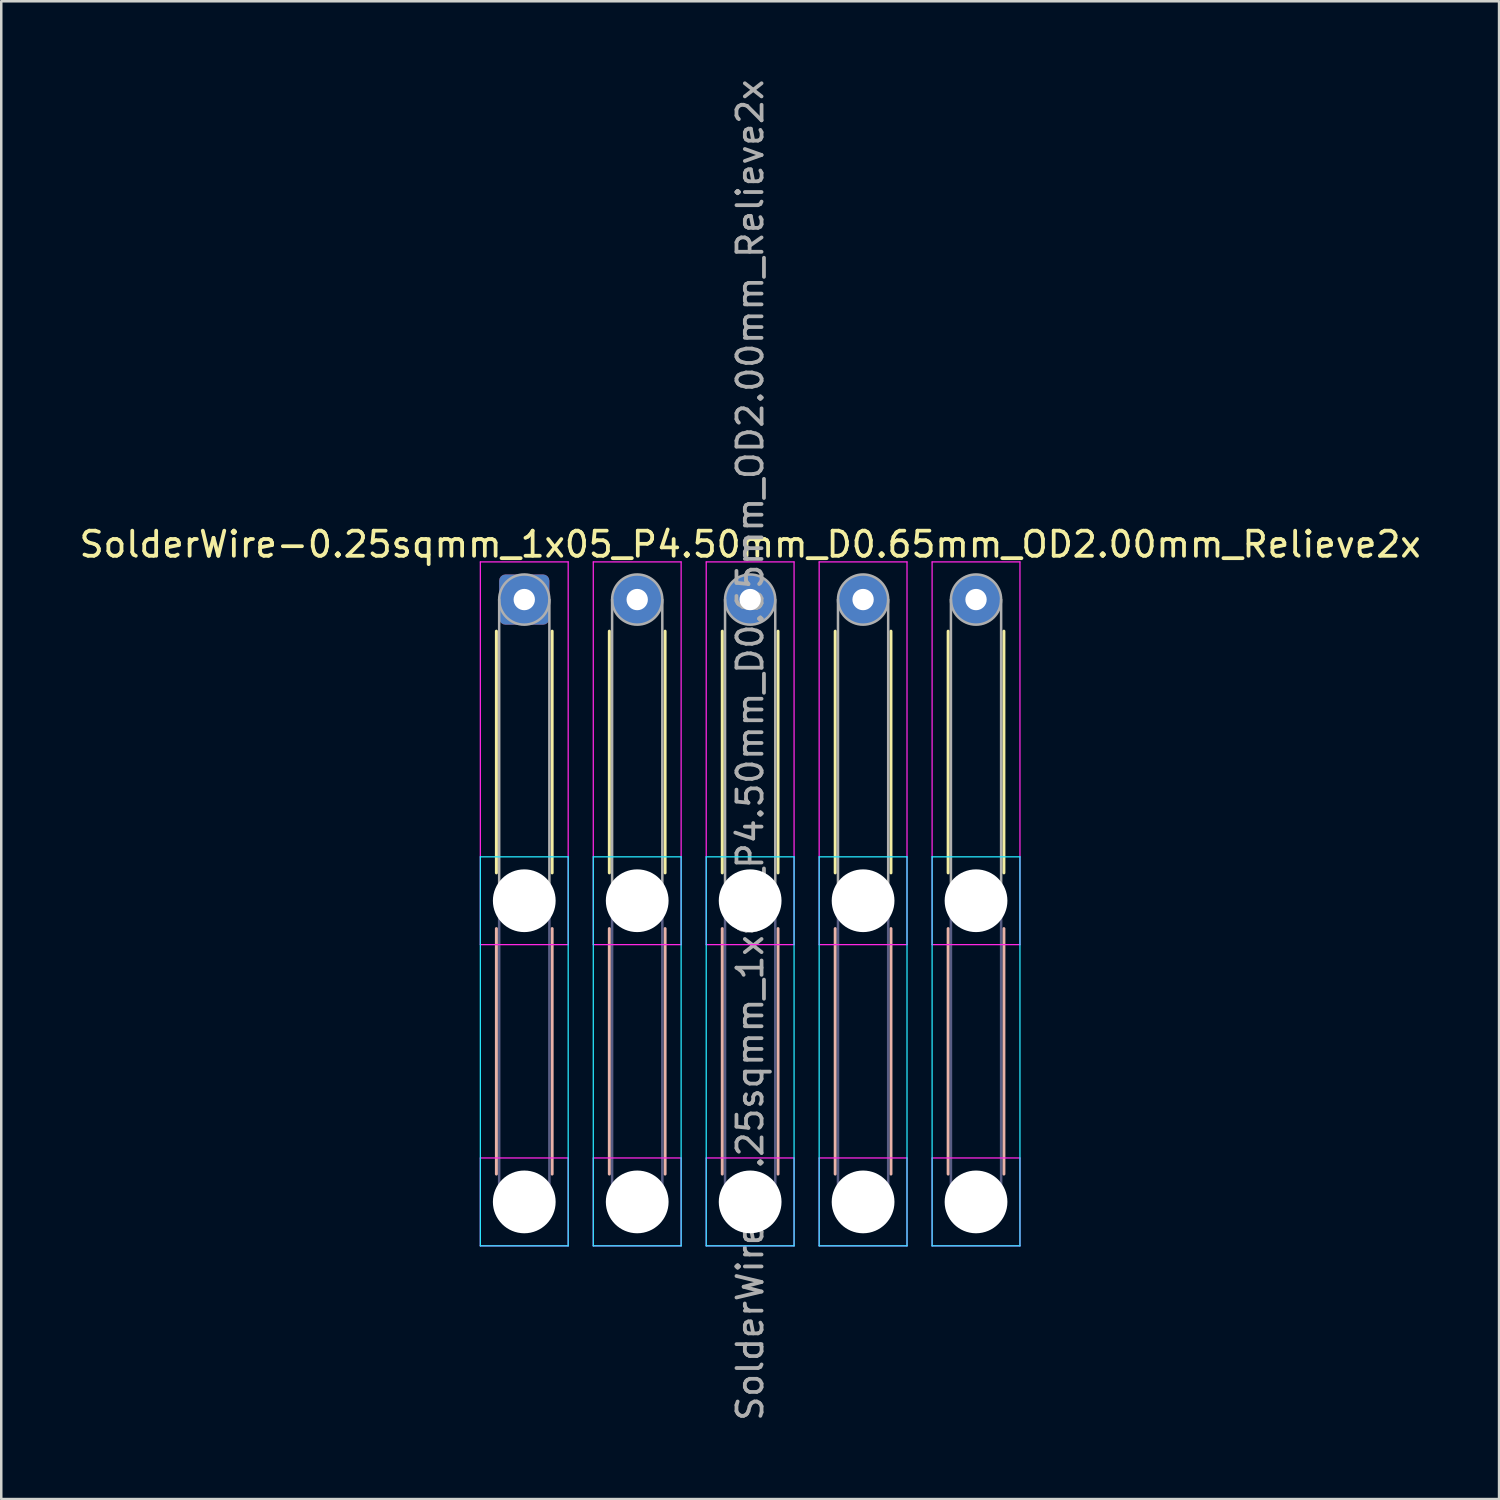
<source format=kicad_pcb>
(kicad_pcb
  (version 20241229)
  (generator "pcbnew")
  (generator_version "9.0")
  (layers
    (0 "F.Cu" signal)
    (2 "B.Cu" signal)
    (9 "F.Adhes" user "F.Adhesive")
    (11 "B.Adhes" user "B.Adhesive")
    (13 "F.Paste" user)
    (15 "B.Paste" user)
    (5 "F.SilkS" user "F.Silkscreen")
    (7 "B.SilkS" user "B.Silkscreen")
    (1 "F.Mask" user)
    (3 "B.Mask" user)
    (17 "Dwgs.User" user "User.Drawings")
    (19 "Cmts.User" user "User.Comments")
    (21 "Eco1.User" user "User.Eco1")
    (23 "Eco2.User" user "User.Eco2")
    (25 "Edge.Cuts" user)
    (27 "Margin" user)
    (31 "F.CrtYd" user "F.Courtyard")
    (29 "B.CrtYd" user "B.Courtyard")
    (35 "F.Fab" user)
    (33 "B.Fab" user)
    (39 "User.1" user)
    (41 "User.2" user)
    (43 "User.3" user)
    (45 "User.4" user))
  (footprint "SolderWire-0.25sqmm_1x05_P4.50mm_D0.65mm_OD2.00mm_Relieve2x"
    (layer "F.Cu")
    (at 17.839 20.839)
    (property "Reference" "SolderWire-0.25sqmm_1x05_P4.50mm_D0.65mm_OD2.00mm_Relieve2x" (at 9 -2.2 0) (layer "F.SilkS") (effects (font (size 1 1) (thickness 0.15))))
    (attr exclude_from_pos_files exclude_from_bom)
    (fp_line (start -1.11 1.26) (end -1.11 10.89) (stroke (width 0.12) (type solid)) (layer "F.SilkS"))
    (fp_line (start 1.11 1.26) (end 1.11 10.89) (stroke (width 0.12) (type solid)) (layer "F.SilkS"))
    (fp_line (start 3.39 1.26) (end 3.39 10.89) (stroke (width 0.12) (type solid)) (layer "F.SilkS"))
    (fp_line (start 5.61 1.26) (end 5.61 10.89) (stroke (width 0.12) (type solid)) (layer "F.SilkS"))
    (fp_line (start 7.89 1.26) (end 7.89 10.89) (stroke (width 0.12) (type solid)) (layer "F.SilkS"))
    (fp_line (start 10.11 1.26) (end 10.11 10.89) (stroke (width 0.12) (type solid)) (layer "F.SilkS"))
    (fp_line (start 12.39 1.26) (end 12.39 10.89) (stroke (width 0.12) (type solid)) (layer "F.SilkS"))
    (fp_line (start 14.61 1.26) (end 14.61 10.89) (stroke (width 0.12) (type solid)) (layer "F.SilkS"))
    (fp_line (start 16.89 1.26) (end 16.89 10.89) (stroke (width 0.12) (type solid)) (layer "F.SilkS"))
    (fp_line (start 19.11 1.26) (end 19.11 10.89) (stroke (width 0.12) (type solid)) (layer "F.SilkS"))
    (fp_line (start -1.11 13.11) (end -1.11 22.89) (stroke (width 0.12) (type solid)) (layer "B.SilkS"))
    (fp_line (start 1.11 13.11) (end 1.11 22.89) (stroke (width 0.12) (type solid)) (layer "B.SilkS"))
    (fp_line (start 3.39 13.11) (end 3.39 22.89) (stroke (width 0.12) (type solid)) (layer "B.SilkS"))
    (fp_line (start 5.61 13.11) (end 5.61 22.89) (stroke (width 0.12) (type solid)) (layer "B.SilkS"))
    (fp_line (start 7.89 13.11) (end 7.89 22.89) (stroke (width 0.12) (type solid)) (layer "B.SilkS"))
    (fp_line (start 10.11 13.11) (end 10.11 22.89) (stroke (width 0.12) (type solid)) (layer "B.SilkS"))
    (fp_line (start 12.39 13.11) (end 12.39 22.89) (stroke (width 0.12) (type solid)) (layer "B.SilkS"))
    (fp_line (start 14.61 13.11) (end 14.61 22.89) (stroke (width 0.12) (type solid)) (layer "B.SilkS"))
    (fp_line (start 16.89 13.11) (end 16.89 22.89) (stroke (width 0.12) (type solid)) (layer "B.SilkS"))
    (fp_line (start 19.11 13.11) (end 19.11 22.89) (stroke (width 0.12) (type solid)) (layer "B.SilkS"))
    (fp_line (start -1.75 10.25) (end -1.75 25.75) (stroke (width 0.05) (type solid)) (layer "B.CrtYd"))
    (fp_line (start -1.75 25.75) (end 1.75 25.75) (stroke (width 0.05) (type solid)) (layer "B.CrtYd"))
    (fp_line (start 1.75 10.25) (end -1.75 10.25) (stroke (width 0.05) (type solid)) (layer "B.CrtYd"))
    (fp_line (start 1.75 25.75) (end 1.75 10.25) (stroke (width 0.05) (type solid)) (layer "B.CrtYd"))
    (fp_line (start 2.75 10.25) (end 2.75 25.75) (stroke (width 0.05) (type solid)) (layer "B.CrtYd"))
    (fp_line (start 2.75 25.75) (end 6.25 25.75) (stroke (width 0.05) (type solid)) (layer "B.CrtYd"))
    (fp_line (start 6.25 10.25) (end 2.75 10.25) (stroke (width 0.05) (type solid)) (layer "B.CrtYd"))
    (fp_line (start 6.25 25.75) (end 6.25 10.25) (stroke (width 0.05) (type solid)) (layer "B.CrtYd"))
    (fp_line (start 7.25 10.25) (end 7.25 25.75) (stroke (width 0.05) (type solid)) (layer "B.CrtYd"))
    (fp_line (start 7.25 25.75) (end 10.75 25.75) (stroke (width 0.05) (type solid)) (layer "B.CrtYd"))
    (fp_line (start 10.75 10.25) (end 7.25 10.25) (stroke (width 0.05) (type solid)) (layer "B.CrtYd"))
    (fp_line (start 10.75 25.75) (end 10.75 10.25) (stroke (width 0.05) (type solid)) (layer "B.CrtYd"))
    (fp_line (start 11.75 10.25) (end 11.75 25.75) (stroke (width 0.05) (type solid)) (layer "B.CrtYd"))
    (fp_line (start 11.75 25.75) (end 15.25 25.75) (stroke (width 0.05) (type solid)) (layer "B.CrtYd"))
    (fp_line (start 15.25 10.25) (end 11.75 10.25) (stroke (width 0.05) (type solid)) (layer "B.CrtYd"))
    (fp_line (start 15.25 25.75) (end 15.25 10.25) (stroke (width 0.05) (type solid)) (layer "B.CrtYd"))
    (fp_line (start 16.25 10.25) (end 16.25 25.75) (stroke (width 0.05) (type solid)) (layer "B.CrtYd"))
    (fp_line (start 16.25 25.75) (end 19.75 25.75) (stroke (width 0.05) (type solid)) (layer "B.CrtYd"))
    (fp_line (start 19.75 10.25) (end 16.25 10.25) (stroke (width 0.05) (type solid)) (layer "B.CrtYd"))
    (fp_line (start 19.75 25.75) (end 19.75 10.25) (stroke (width 0.05) (type solid)) (layer "B.CrtYd"))
    (fp_line (start -1.75 -1.5) (end -1.75 13.75) (stroke (width 0.05) (type solid)) (layer "F.CrtYd"))
    (fp_line (start -1.75 13.75) (end 1.75 13.75) (stroke (width 0.05) (type solid)) (layer "F.CrtYd"))
    (fp_line (start -1.75 22.25) (end -1.75 25.75) (stroke (width 0.05) (type solid)) (layer "F.CrtYd"))
    (fp_line (start -1.75 25.75) (end 1.75 25.75) (stroke (width 0.05) (type solid)) (layer "F.CrtYd"))
    (fp_line (start 1.75 -1.5) (end -1.75 -1.5) (stroke (width 0.05) (type solid)) (layer "F.CrtYd"))
    (fp_line (start 1.75 13.75) (end 1.75 -1.5) (stroke (width 0.05) (type solid)) (layer "F.CrtYd"))
    (fp_line (start 1.75 22.25) (end -1.75 22.25) (stroke (width 0.05) (type solid)) (layer "F.CrtYd"))
    (fp_line (start 1.75 25.75) (end 1.75 22.25) (stroke (width 0.05) (type solid)) (layer "F.CrtYd"))
    (fp_line (start 2.75 -1.5) (end 2.75 13.75) (stroke (width 0.05) (type solid)) (layer "F.CrtYd"))
    (fp_line (start 2.75 13.75) (end 6.25 13.75) (stroke (width 0.05) (type solid)) (layer "F.CrtYd"))
    (fp_line (start 2.75 22.25) (end 2.75 25.75) (stroke (width 0.05) (type solid)) (layer "F.CrtYd"))
    (fp_line (start 2.75 25.75) (end 6.25 25.75) (stroke (width 0.05) (type solid)) (layer "F.CrtYd"))
    (fp_line (start 6.25 -1.5) (end 2.75 -1.5) (stroke (width 0.05) (type solid)) (layer "F.CrtYd"))
    (fp_line (start 6.25 13.75) (end 6.25 -1.5) (stroke (width 0.05) (type solid)) (layer "F.CrtYd"))
    (fp_line (start 6.25 22.25) (end 2.75 22.25) (stroke (width 0.05) (type solid)) (layer "F.CrtYd"))
    (fp_line (start 6.25 25.75) (end 6.25 22.25) (stroke (width 0.05) (type solid)) (layer "F.CrtYd"))
    (fp_line (start 7.25 -1.5) (end 7.25 13.75) (stroke (width 0.05) (type solid)) (layer "F.CrtYd"))
    (fp_line (start 7.25 13.75) (end 10.75 13.75) (stroke (width 0.05) (type solid)) (layer "F.CrtYd"))
    (fp_line (start 7.25 22.25) (end 7.25 25.75) (stroke (width 0.05) (type solid)) (layer "F.CrtYd"))
    (fp_line (start 7.25 25.75) (end 10.75 25.75) (stroke (width 0.05) (type solid)) (layer "F.CrtYd"))
    (fp_line (start 10.75 -1.5) (end 7.25 -1.5) (stroke (width 0.05) (type solid)) (layer "F.CrtYd"))
    (fp_line (start 10.75 13.75) (end 10.75 -1.5) (stroke (width 0.05) (type solid)) (layer "F.CrtYd"))
    (fp_line (start 10.75 22.25) (end 7.25 22.25) (stroke (width 0.05) (type solid)) (layer "F.CrtYd"))
    (fp_line (start 10.75 25.75) (end 10.75 22.25) (stroke (width 0.05) (type solid)) (layer "F.CrtYd"))
    (fp_line (start 11.75 -1.5) (end 11.75 13.75) (stroke (width 0.05) (type solid)) (layer "F.CrtYd"))
    (fp_line (start 11.75 13.75) (end 15.25 13.75) (stroke (width 0.05) (type solid)) (layer "F.CrtYd"))
    (fp_line (start 11.75 22.25) (end 11.75 25.75) (stroke (width 0.05) (type solid)) (layer "F.CrtYd"))
    (fp_line (start 11.75 25.75) (end 15.25 25.75) (stroke (width 0.05) (type solid)) (layer "F.CrtYd"))
    (fp_line (start 15.25 -1.5) (end 11.75 -1.5) (stroke (width 0.05) (type solid)) (layer "F.CrtYd"))
    (fp_line (start 15.25 13.75) (end 15.25 -1.5) (stroke (width 0.05) (type solid)) (layer "F.CrtYd"))
    (fp_line (start 15.25 22.25) (end 11.75 22.25) (stroke (width 0.05) (type solid)) (layer "F.CrtYd"))
    (fp_line (start 15.25 25.75) (end 15.25 22.25) (stroke (width 0.05) (type solid)) (layer "F.CrtYd"))
    (fp_line (start 16.25 -1.5) (end 16.25 13.75) (stroke (width 0.05) (type solid)) (layer "F.CrtYd"))
    (fp_line (start 16.25 13.75) (end 19.75 13.75) (stroke (width 0.05) (type solid)) (layer "F.CrtYd"))
    (fp_line (start 16.25 22.25) (end 16.25 25.75) (stroke (width 0.05) (type solid)) (layer "F.CrtYd"))
    (fp_line (start 16.25 25.75) (end 19.75 25.75) (stroke (width 0.05) (type solid)) (layer "F.CrtYd"))
    (fp_line (start 19.75 -1.5) (end 16.25 -1.5) (stroke (width 0.05) (type solid)) (layer "F.CrtYd"))
    (fp_line (start 19.75 13.75) (end 19.75 -1.5) (stroke (width 0.05) (type solid)) (layer "F.CrtYd"))
    (fp_line (start 19.75 22.25) (end 16.25 22.25) (stroke (width 0.05) (type solid)) (layer "F.CrtYd"))
    (fp_line (start 19.75 25.75) (end 19.75 22.25) (stroke (width 0.05) (type solid)) (layer "F.CrtYd"))
    (fp_line (start -1 12) (end -1 24) (stroke (width 0.1) (type solid)) (layer "B.Fab"))
    (fp_line (start 1 12) (end 1 24) (stroke (width 0.1) (type solid)) (layer "B.Fab"))
    (fp_line (start 3.5 12) (end 3.5 24) (stroke (width 0.1) (type solid)) (layer "B.Fab"))
    (fp_line (start 5.5 12) (end 5.5 24) (stroke (width 0.1) (type solid)) (layer "B.Fab"))
    (fp_line (start 8 12) (end 8 24) (stroke (width 0.1) (type solid)) (layer "B.Fab"))
    (fp_line (start 10 12) (end 10 24) (stroke (width 0.1) (type solid)) (layer "B.Fab"))
    (fp_line (start 12.5 12) (end 12.5 24) (stroke (width 0.1) (type solid)) (layer "B.Fab"))
    (fp_line (start 14.5 12) (end 14.5 24) (stroke (width 0.1) (type solid)) (layer "B.Fab"))
    (fp_line (start 17 12) (end 17 24) (stroke (width 0.1) (type solid)) (layer "B.Fab"))
    (fp_line (start 19 12) (end 19 24) (stroke (width 0.1) (type solid)) (layer "B.Fab"))
    (fp_circle (center 0 12) (end 1 12) (stroke (width 0.1) (type solid)) (fill no) (layer "B.Fab"))
    (fp_circle (center 0 24) (end 1 24) (stroke (width 0.1) (type solid)) (fill no) (layer "B.Fab"))
    (fp_circle (center 4.5 12) (end 5.5 12) (stroke (width 0.1) (type solid)) (fill no) (layer "B.Fab"))
    (fp_circle (center 4.5 24) (end 5.5 24) (stroke (width 0.1) (type solid)) (fill no) (layer "B.Fab"))
    (fp_circle (center 9 12) (end 10 12) (stroke (width 0.1) (type solid)) (fill no) (layer "B.Fab"))
    (fp_circle (center 9 24) (end 10 24) (stroke (width 0.1) (type solid)) (fill no) (layer "B.Fab"))
    (fp_circle (center 13.5 12) (end 14.5 12) (stroke (width 0.1) (type solid)) (fill no) (layer "B.Fab"))
    (fp_circle (center 13.5 24) (end 14.5 24) (stroke (width 0.1) (type solid)) (fill no) (layer "B.Fab"))
    (fp_circle (center 18 12) (end 19 12) (stroke (width 0.1) (type solid)) (fill no) (layer "B.Fab"))
    (fp_circle (center 18 24) (end 19 24) (stroke (width 0.1) (type solid)) (fill no) (layer "B.Fab"))
    (fp_line (start -1 0) (end -1 12) (stroke (width 0.1) (type solid)) (layer "F.Fab"))
    (fp_line (start 1 0) (end 1 12) (stroke (width 0.1) (type solid)) (layer "F.Fab"))
    (fp_line (start 3.5 0) (end 3.5 12) (stroke (width 0.1) (type solid)) (layer "F.Fab"))
    (fp_line (start 5.5 0) (end 5.5 12) (stroke (width 0.1) (type solid)) (layer "F.Fab"))
    (fp_line (start 8 0) (end 8 12) (stroke (width 0.1) (type solid)) (layer "F.Fab"))
    (fp_line (start 10 0) (end 10 12) (stroke (width 0.1) (type solid)) (layer "F.Fab"))
    (fp_line (start 12.5 0) (end 12.5 12) (stroke (width 0.1) (type solid)) (layer "F.Fab"))
    (fp_line (start 14.5 0) (end 14.5 12) (stroke (width 0.1) (type solid)) (layer "F.Fab"))
    (fp_line (start 17 0) (end 17 12) (stroke (width 0.1) (type solid)) (layer "F.Fab"))
    (fp_line (start 19 0) (end 19 12) (stroke (width 0.1) (type solid)) (layer "F.Fab"))
    (fp_circle (center 0 0) (end 1 0) (stroke (width 0.1) (type solid)) (fill no) (layer "F.Fab"))
    (fp_circle (center 0 12) (end 1 12) (stroke (width 0.1) (type solid)) (fill no) (layer "F.Fab"))
    (fp_circle (center 0 24) (end 1 24) (stroke (width 0.1) (type solid)) (fill no) (layer "F.Fab"))
    (fp_circle (center 4.5 0) (end 5.5 0) (stroke (width 0.1) (type solid)) (fill no) (layer "F.Fab"))
    (fp_circle (center 4.5 12) (end 5.5 12) (stroke (width 0.1) (type solid)) (fill no) (layer "F.Fab"))
    (fp_circle (center 4.5 24) (end 5.5 24) (stroke (width 0.1) (type solid)) (fill no) (layer "F.Fab"))
    (fp_circle (center 9 0) (end 10 0) (stroke (width 0.1) (type solid)) (fill no) (layer "F.Fab"))
    (fp_circle (center 9 12) (end 10 12) (stroke (width 0.1) (type solid)) (fill no) (layer "F.Fab"))
    (fp_circle (center 9 24) (end 10 24) (stroke (width 0.1) (type solid)) (fill no) (layer "F.Fab"))
    (fp_circle (center 13.5 0) (end 14.5 0) (stroke (width 0.1) (type solid)) (fill no) (layer "F.Fab"))
    (fp_circle (center 13.5 12) (end 14.5 12) (stroke (width 0.1) (type solid)) (fill no) (layer "F.Fab"))
    (fp_circle (center 13.5 24) (end 14.5 24) (stroke (width 0.1) (type solid)) (fill no) (layer "F.Fab"))
    (fp_circle (center 18 0) (end 19 0) (stroke (width 0.1) (type solid)) (fill no) (layer "F.Fab"))
    (fp_circle (center 18 12) (end 19 12) (stroke (width 0.1) (type solid)) (fill no) (layer "F.Fab"))
    (fp_circle (center 18 24) (end 19 24) (stroke (width 0.1) (type solid)) (fill no) (layer "F.Fab"))
    (fp_text user "${REFERENCE}" (at 9 6 90) (layer "F.Fab") (effects (font (size 1 1) (thickness 0.15))))
    (pad "" np_thru_hole circle (at 0 12) (size 2.5 2.5) (drill 2.5) (layers "*.Cu" "*.Mask"))
    (pad "" np_thru_hole circle (at 0 24) (size 2.5 2.5) (drill 2.5) (layers "*.Cu" "*.Mask"))
    (pad "" np_thru_hole circle (at 4.5 12) (size 2.5 2.5) (drill 2.5) (layers "*.Cu" "*.Mask"))
    (pad "" np_thru_hole circle (at 4.5 24) (size 2.5 2.5) (drill 2.5) (layers "*.Cu" "*.Mask"))
    (pad "" np_thru_hole circle (at 9 12) (size 2.5 2.5) (drill 2.5) (layers "*.Cu" "*.Mask"))
    (pad "" np_thru_hole circle (at 9 24) (size 2.5 2.5) (drill 2.5) (layers "*.Cu" "*.Mask"))
    (pad "" np_thru_hole circle (at 13.5 12) (size 2.5 2.5) (drill 2.5) (layers "*.Cu" "*.Mask"))
    (pad "" np_thru_hole circle (at 13.5 24) (size 2.5 2.5) (drill 2.5) (layers "*.Cu" "*.Mask"))
    (pad "" np_thru_hole circle (at 18 12) (size 2.5 2.5) (drill 2.5) (layers "*.Cu" "*.Mask"))
    (pad "" np_thru_hole circle (at 18 24) (size 2.5 2.5) (drill 2.5) (layers "*.Cu" "*.Mask"))
    (pad "1" thru_hole roundrect (at 0 0) (size 2 2) (drill 0.85) (layers "*.Cu" "*.Mask") (roundrect_rratio 0.125))
    (pad "2" thru_hole circle (at 4.5 0) (size 2 2) (drill 0.85) (layers "*.Cu" "*.Mask"))
    (pad "3" thru_hole circle (at 9 0) (size 2 2) (drill 0.85) (layers "*.Cu" "*.Mask"))
    (pad "4" thru_hole circle (at 13.5 0) (size 2 2) (drill 0.85) (layers "*.Cu" "*.Mask"))
    (pad "5" thru_hole circle (at 18 0) (size 2 2) (drill 0.85) (layers "*.Cu" "*.Mask")))
  (gr_rect
    (start -3 -3)
    (end 56.679 56.679)
    (stroke (width 0.1) (type default))
    (fill no)
    (layer "Edge.Cuts")))
</source>
